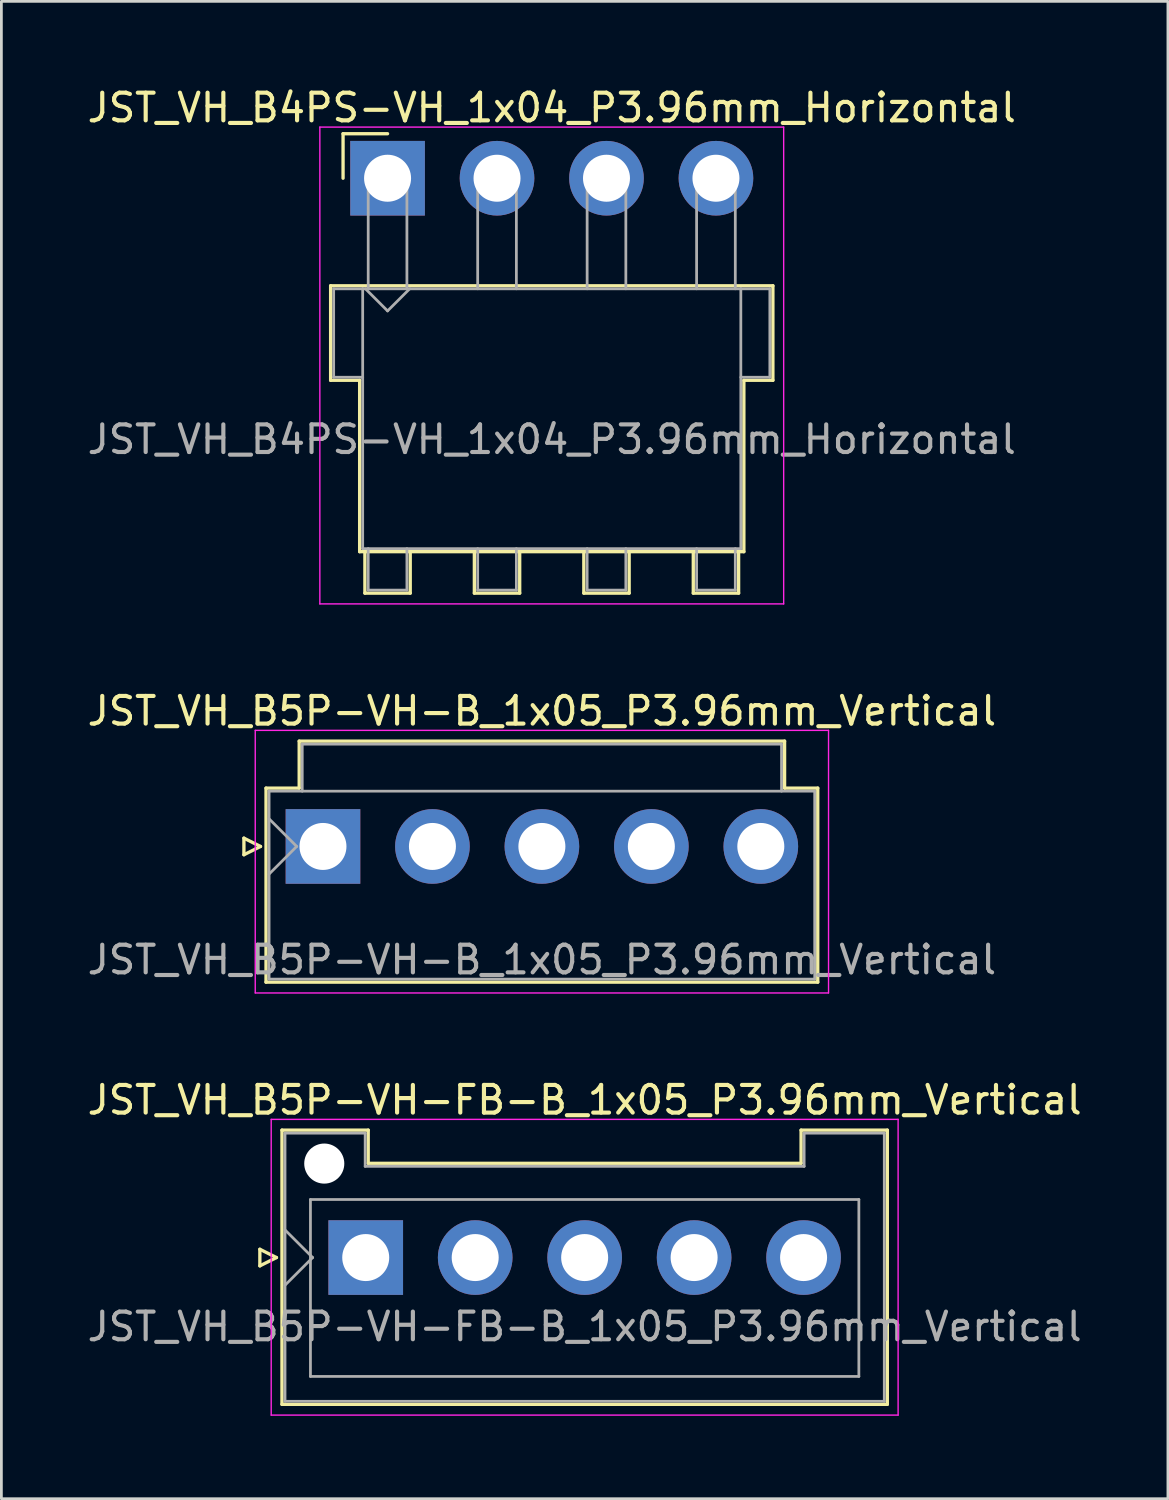
<source format=kicad_pcb>
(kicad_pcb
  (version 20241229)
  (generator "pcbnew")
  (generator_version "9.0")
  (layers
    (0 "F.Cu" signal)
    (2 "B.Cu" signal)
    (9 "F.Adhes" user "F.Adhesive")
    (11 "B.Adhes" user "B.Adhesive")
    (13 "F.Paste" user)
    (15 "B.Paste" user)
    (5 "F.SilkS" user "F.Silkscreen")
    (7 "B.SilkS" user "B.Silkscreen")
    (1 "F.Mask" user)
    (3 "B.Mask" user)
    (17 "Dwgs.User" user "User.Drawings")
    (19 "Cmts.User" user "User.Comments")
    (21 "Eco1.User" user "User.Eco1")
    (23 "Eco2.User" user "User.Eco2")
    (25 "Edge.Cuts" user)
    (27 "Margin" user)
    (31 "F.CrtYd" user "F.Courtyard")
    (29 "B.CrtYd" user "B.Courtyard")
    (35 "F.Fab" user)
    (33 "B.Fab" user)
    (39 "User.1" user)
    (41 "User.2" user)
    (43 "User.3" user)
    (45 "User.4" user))
  (footprint "JST_VH_B5P-VH-B_1x05_P3.96mm_Vertical"
    (layer "F.Cu")
    (at 8.634 27.572)
    (property "Reference" "JST_VH_B5P-VH-B_1x05_P3.96mm_Vertical" (at 7.92 -4.9 0) (layer "F.SilkS") (effects (font (size 1 1) (thickness 0.15))))
    (attr through_hole)
    (fp_line (start -2.86 -0.3) (end -2.26 0) (stroke (width 0.12) (type solid)) (layer "F.SilkS"))
    (fp_line (start -2.86 0.3) (end -2.86 -0.3) (stroke (width 0.12) (type solid)) (layer "F.SilkS"))
    (fp_line (start -2.26 0) (end -2.86 0.3) (stroke (width 0.12) (type solid)) (layer "F.SilkS"))
    (fp_line (start -2.06 -2.11) (end -0.86 -2.11) (stroke (width 0.12) (type solid)) (layer "F.SilkS"))
    (fp_line (start -2.06 4.91) (end -2.06 -2.11) (stroke (width 0.12) (type solid)) (layer "F.SilkS"))
    (fp_line (start -0.86 -3.81) (end 16.7 -3.81) (stroke (width 0.12) (type solid)) (layer "F.SilkS"))
    (fp_line (start -0.86 -2.11) (end -0.86 -3.81) (stroke (width 0.12) (type solid)) (layer "F.SilkS"))
    (fp_line (start 16.7 -3.81) (end 16.7 -2.11) (stroke (width 0.12) (type solid)) (layer "F.SilkS"))
    (fp_line (start 16.7 -2.11) (end 17.9 -2.11) (stroke (width 0.12) (type solid)) (layer "F.SilkS"))
    (fp_line (start 17.9 -2.11) (end 17.9 4.91) (stroke (width 0.12) (type solid)) (layer "F.SilkS"))
    (fp_line (start 17.9 4.91) (end -2.06 4.91) (stroke (width 0.12) (type solid)) (layer "F.SilkS"))
    (fp_line (start -2.45 -4.2) (end -2.45 5.3) (stroke (width 0.05) (type solid)) (layer "F.CrtYd"))
    (fp_line (start -2.45 5.3) (end 18.29 5.3) (stroke (width 0.05) (type solid)) (layer "F.CrtYd"))
    (fp_line (start 18.29 -4.2) (end -2.45 -4.2) (stroke (width 0.05) (type solid)) (layer "F.CrtYd"))
    (fp_line (start 18.29 5.3) (end 18.29 -4.2) (stroke (width 0.05) (type solid)) (layer "F.CrtYd"))
    (fp_line (start -1.95 -2) (end -1.95 4.8) (stroke (width 0.1) (type solid)) (layer "F.Fab"))
    (fp_line (start -1.95 -1) (end -0.95 0) (stroke (width 0.1) (type solid)) (layer "F.Fab"))
    (fp_line (start -1.95 1) (end -0.95 0) (stroke (width 0.1) (type solid)) (layer "F.Fab"))
    (fp_line (start -1.95 4.8) (end 17.79 4.8) (stroke (width 0.1) (type solid)) (layer "F.Fab"))
    (fp_line (start -0.75 -3.7) (end 16.59 -3.7) (stroke (width 0.1) (type solid)) (layer "F.Fab"))
    (fp_line (start -0.75 -2) (end -0.75 -3.7) (stroke (width 0.1) (type solid)) (layer "F.Fab"))
    (fp_line (start 16.59 -3.7) (end 16.59 -2) (stroke (width 0.1) (type solid)) (layer "F.Fab"))
    (fp_line (start 17.79 -2) (end -1.95 -2) (stroke (width 0.1) (type solid)) (layer "F.Fab"))
    (fp_line (start 17.79 4.8) (end 17.79 -2) (stroke (width 0.1) (type solid)) (layer "F.Fab"))
    (fp_text user "${REFERENCE}" (at 7.92 4.1 0) (layer "F.Fab") (effects (font (size 1 1) (thickness 0.15))))
    (pad "1" thru_hole rect (at 0 0) (size 2.7 2.7) (drill 1.7) (layers "*.Cu" "*.Mask"))
    (pad "2" thru_hole circle (at 3.96 0) (size 2.7 2.7) (drill 1.7) (layers "*.Cu" "*.Mask"))
    (pad "3" thru_hole circle (at 7.92 0) (size 2.7 2.7) (drill 1.7) (layers "*.Cu" "*.Mask"))
    (pad "4" thru_hole circle (at 11.88 0) (size 2.7 2.7) (drill 1.7) (layers "*.Cu" "*.Mask"))
    (pad "5" thru_hole circle (at 15.84 0) (size 2.7 2.7) (drill 1.7) (layers "*.Cu" "*.Mask")))
  (footprint "JST_VH_B4PS-VH_1x04_P3.96mm_Horizontal"
    (layer "F.Cu")
    (at 10.971 3.398)
    (property "Reference" "JST_VH_B4PS-VH_1x04_P3.96mm_Horizontal" (at 5.94 -2.55 0) (layer "F.SilkS") (effects (font (size 1 1) (thickness 0.15))))
    (attr through_hole)
    (fp_line (start -2.06 3.89) (end 13.94 3.89) (stroke (width 0.12) (type solid)) (layer "F.SilkS"))
    (fp_line (start -2.06 7.31) (end -2.06 3.89) (stroke (width 0.12) (type solid)) (layer "F.SilkS"))
    (fp_line (start -1.61 -1.61) (end -1.61 0) (stroke (width 0.12) (type solid)) (layer "F.SilkS"))
    (fp_line (start -1.01 7.31) (end -2.06 7.31) (stroke (width 0.12) (type solid)) (layer "F.SilkS"))
    (fp_line (start -1.01 13.51) (end -1.01 7.31) (stroke (width 0.12) (type solid)) (layer "F.SilkS"))
    (fp_line (start -0.82 13.51) (end -0.82 15.01) (stroke (width 0.12) (type solid)) (layer "F.SilkS"))
    (fp_line (start -0.82 15.01) (end 0.82 15.01) (stroke (width 0.12) (type solid)) (layer "F.SilkS"))
    (fp_line (start 0 -1.61) (end -1.61 -1.61) (stroke (width 0.12) (type solid)) (layer "F.SilkS"))
    (fp_line (start 0.82 15.01) (end 0.82 13.51) (stroke (width 0.12) (type solid)) (layer "F.SilkS"))
    (fp_line (start 3.14 13.51) (end 3.14 15.01) (stroke (width 0.12) (type solid)) (layer "F.SilkS"))
    (fp_line (start 3.14 15.01) (end 4.78 15.01) (stroke (width 0.12) (type solid)) (layer "F.SilkS"))
    (fp_line (start 4.78 15.01) (end 4.78 13.51) (stroke (width 0.12) (type solid)) (layer "F.SilkS"))
    (fp_line (start 7.1 13.51) (end 7.1 15.01) (stroke (width 0.12) (type solid)) (layer "F.SilkS"))
    (fp_line (start 7.1 15.01) (end 8.74 15.01) (stroke (width 0.12) (type solid)) (layer "F.SilkS"))
    (fp_line (start 8.74 15.01) (end 8.74 13.51) (stroke (width 0.12) (type solid)) (layer "F.SilkS"))
    (fp_line (start 11.06 13.51) (end 11.06 15.01) (stroke (width 0.12) (type solid)) (layer "F.SilkS"))
    (fp_line (start 11.06 15.01) (end 12.7 15.01) (stroke (width 0.12) (type solid)) (layer "F.SilkS"))
    (fp_line (start 12.7 15.01) (end 12.7 13.51) (stroke (width 0.12) (type solid)) (layer "F.SilkS"))
    (fp_line (start 12.89 7.31) (end 12.89 13.51) (stroke (width 0.12) (type solid)) (layer "F.SilkS"))
    (fp_line (start 12.89 13.51) (end -1.01 13.51) (stroke (width 0.12) (type solid)) (layer "F.SilkS"))
    (fp_line (start 13.94 3.89) (end 13.94 7.31) (stroke (width 0.12) (type solid)) (layer "F.SilkS"))
    (fp_line (start 13.94 7.31) (end 12.89 7.31) (stroke (width 0.12) (type solid)) (layer "F.SilkS"))
    (fp_line (start -2.45 -1.85) (end -2.45 15.4) (stroke (width 0.05) (type solid)) (layer "F.CrtYd"))
    (fp_line (start -2.45 15.4) (end 14.33 15.4) (stroke (width 0.05) (type solid)) (layer "F.CrtYd"))
    (fp_line (start 14.33 -1.85) (end -2.45 -1.85) (stroke (width 0.05) (type solid)) (layer "F.CrtYd"))
    (fp_line (start 14.33 15.4) (end 14.33 -1.85) (stroke (width 0.05) (type solid)) (layer "F.CrtYd"))
    (fp_line (start -1.95 4) (end -0.9 4) (stroke (width 0.1) (type solid)) (layer "F.Fab"))
    (fp_line (start -1.95 7.2) (end -1.95 4) (stroke (width 0.1) (type solid)) (layer "F.Fab"))
    (fp_line (start -0.9 4) (end -0.9 13.4) (stroke (width 0.1) (type solid)) (layer "F.Fab"))
    (fp_line (start -0.9 7.2) (end -1.95 7.2) (stroke (width 0.1) (type solid)) (layer "F.Fab"))
    (fp_line (start -0.9 13.4) (end 12.78 13.4) (stroke (width 0.1) (type solid)) (layer "F.Fab"))
    (fp_line (start -0.8 4) (end 0 4.8) (stroke (width 0.1) (type solid)) (layer "F.Fab"))
    (fp_line (start -0.7 0) (end 0.7 0) (stroke (width 0.1) (type solid)) (layer "F.Fab"))
    (fp_line (start -0.7 4) (end -0.7 0) (stroke (width 0.1) (type solid)) (layer "F.Fab"))
    (fp_line (start -0.7 13.4) (end -0.7 14.9) (stroke (width 0.1) (type solid)) (layer "F.Fab"))
    (fp_line (start -0.7 14.9) (end 0.7 14.9) (stroke (width 0.1) (type solid)) (layer "F.Fab"))
    (fp_line (start 0 4.8) (end 0.8 4) (stroke (width 0.1) (type solid)) (layer "F.Fab"))
    (fp_line (start 0.7 0) (end 0.7 4) (stroke (width 0.1) (type solid)) (layer "F.Fab"))
    (fp_line (start 0.7 14.9) (end 0.7 13.4) (stroke (width 0.1) (type solid)) (layer "F.Fab"))
    (fp_line (start 3.26 0) (end 4.66 0) (stroke (width 0.1) (type solid)) (layer "F.Fab"))
    (fp_line (start 3.26 4) (end 3.26 0) (stroke (width 0.1) (type solid)) (layer "F.Fab"))
    (fp_line (start 3.26 13.4) (end 3.26 14.9) (stroke (width 0.1) (type solid)) (layer "F.Fab"))
    (fp_line (start 3.26 14.9) (end 4.66 14.9) (stroke (width 0.1) (type solid)) (layer "F.Fab"))
    (fp_line (start 4.66 0) (end 4.66 4) (stroke (width 0.1) (type solid)) (layer "F.Fab"))
    (fp_line (start 4.66 14.9) (end 4.66 13.4) (stroke (width 0.1) (type solid)) (layer "F.Fab"))
    (fp_line (start 7.22 0) (end 8.62 0) (stroke (width 0.1) (type solid)) (layer "F.Fab"))
    (fp_line (start 7.22 4) (end 7.22 0) (stroke (width 0.1) (type solid)) (layer "F.Fab"))
    (fp_line (start 7.22 13.4) (end 7.22 14.9) (stroke (width 0.1) (type solid)) (layer "F.Fab"))
    (fp_line (start 7.22 14.9) (end 8.62 14.9) (stroke (width 0.1) (type solid)) (layer "F.Fab"))
    (fp_line (start 8.62 0) (end 8.62 4) (stroke (width 0.1) (type solid)) (layer "F.Fab"))
    (fp_line (start 8.62 14.9) (end 8.62 13.4) (stroke (width 0.1) (type solid)) (layer "F.Fab"))
    (fp_line (start 11.18 0) (end 12.58 0) (stroke (width 0.1) (type solid)) (layer "F.Fab"))
    (fp_line (start 11.18 4) (end 11.18 0) (stroke (width 0.1) (type solid)) (layer "F.Fab"))
    (fp_line (start 11.18 13.4) (end 11.18 14.9) (stroke (width 0.1) (type solid)) (layer "F.Fab"))
    (fp_line (start 11.18 14.9) (end 12.58 14.9) (stroke (width 0.1) (type solid)) (layer "F.Fab"))
    (fp_line (start 12.58 0) (end 12.58 4) (stroke (width 0.1) (type solid)) (layer "F.Fab"))
    (fp_line (start 12.58 14.9) (end 12.58 13.4) (stroke (width 0.1) (type solid)) (layer "F.Fab"))
    (fp_line (start 12.78 4) (end -0.9 4) (stroke (width 0.1) (type solid)) (layer "F.Fab"))
    (fp_line (start 12.78 4) (end 13.83 4) (stroke (width 0.1) (type solid)) (layer "F.Fab"))
    (fp_line (start 12.78 13.4) (end 12.78 4) (stroke (width 0.1) (type solid)) (layer "F.Fab"))
    (fp_line (start 13.83 4) (end 13.83 7.2) (stroke (width 0.1) (type solid)) (layer "F.Fab"))
    (fp_line (start 13.83 7.2) (end 12.78 7.2) (stroke (width 0.1) (type solid)) (layer "F.Fab"))
    (fp_text user "${REFERENCE}" (at 5.94 9.45 0) (layer "F.Fab") (effects (font (size 1 1) (thickness 0.15))))
    (pad "1" thru_hole rect (at 0 0) (size 2.7 2.7) (drill 1.7) (layers "*.Cu" "*.Mask"))
    (pad "2" thru_hole circle (at 3.96 0) (size 2.7 2.7) (drill 1.7) (layers "*.Cu" "*.Mask"))
    (pad "3" thru_hole circle (at 7.92 0) (size 2.7 2.7) (drill 1.7) (layers "*.Cu" "*.Mask"))
    (pad "4" thru_hole circle (at 11.88 0) (size 2.7 2.7) (drill 1.7) (layers "*.Cu" "*.Mask")))
  (footprint "JST_VH_B5P-VH-FB-B_1x05_P3.96mm_Vertical"
    (layer "F.Cu")
    (at 10.181 42.445)
    (property "Reference" "JST_VH_B5P-VH-FB-B_1x05_P3.96mm_Vertical" (at 7.92 -5.7 0) (layer "F.SilkS") (effects (font (size 1 1) (thickness 0.15))))
    (attr through_hole)
    (fp_line (start -3.83 -0.3) (end -3.23 0) (stroke (width 0.12) (type solid)) (layer "F.SilkS"))
    (fp_line (start -3.83 0.3) (end -3.83 -0.3) (stroke (width 0.12) (type solid)) (layer "F.SilkS"))
    (fp_line (start -3.23 0) (end -3.83 0.3) (stroke (width 0.12) (type solid)) (layer "F.SilkS"))
    (fp_line (start -3.03 -4.61) (end 0.09 -4.61) (stroke (width 0.12) (type solid)) (layer "F.SilkS"))
    (fp_line (start -3.03 5.31) (end -3.03 -4.61) (stroke (width 0.12) (type solid)) (layer "F.SilkS"))
    (fp_line (start 0.09 -4.61) (end 0.09 -3.41) (stroke (width 0.12) (type solid)) (layer "F.SilkS"))
    (fp_line (start 0.09 -3.41) (end 15.75 -3.41) (stroke (width 0.12) (type solid)) (layer "F.SilkS"))
    (fp_line (start 15.75 -4.61) (end 18.87 -4.61) (stroke (width 0.12) (type solid)) (layer "F.SilkS"))
    (fp_line (start 15.75 -3.41) (end 15.75 -4.61) (stroke (width 0.12) (type solid)) (layer "F.SilkS"))
    (fp_line (start 18.87 -4.61) (end 18.87 5.31) (stroke (width 0.12) (type solid)) (layer "F.SilkS"))
    (fp_line (start 18.87 5.31) (end -3.03 5.31) (stroke (width 0.12) (type solid)) (layer "F.SilkS"))
    (fp_line (start -3.42 -5) (end -3.42 5.7) (stroke (width 0.05) (type solid)) (layer "F.CrtYd"))
    (fp_line (start -3.42 5.7) (end 19.26 5.7) (stroke (width 0.05) (type solid)) (layer "F.CrtYd"))
    (fp_line (start 19.26 -5) (end -3.42 -5) (stroke (width 0.05) (type solid)) (layer "F.CrtYd"))
    (fp_line (start 19.26 5.7) (end 19.26 -5) (stroke (width 0.05) (type solid)) (layer "F.CrtYd"))
    (fp_line (start -2.92 -4.5) (end -0.02 -4.5) (stroke (width 0.1) (type solid)) (layer "F.Fab"))
    (fp_line (start -2.92 -1) (end -1.92 0) (stroke (width 0.1) (type solid)) (layer "F.Fab"))
    (fp_line (start -2.92 1) (end -1.92 0) (stroke (width 0.1) (type solid)) (layer "F.Fab"))
    (fp_line (start -2.92 5.2) (end -2.92 -4.5) (stroke (width 0.1) (type solid)) (layer "F.Fab"))
    (fp_line (start -2 -2.1) (end 17.84 -2.1) (stroke (width 0.1) (type solid)) (layer "F.Fab"))
    (fp_line (start -2 4.3) (end -2 -2.1) (stroke (width 0.1) (type solid)) (layer "F.Fab"))
    (fp_line (start -0.02 -4.5) (end -0.02 -3.3) (stroke (width 0.1) (type solid)) (layer "F.Fab"))
    (fp_line (start -0.02 -3.3) (end 15.86 -3.3) (stroke (width 0.1) (type solid)) (layer "F.Fab"))
    (fp_line (start 15.86 -4.5) (end 18.76 -4.5) (stroke (width 0.1) (type solid)) (layer "F.Fab"))
    (fp_line (start 15.86 -3.3) (end 15.86 -4.5) (stroke (width 0.1) (type solid)) (layer "F.Fab"))
    (fp_line (start 17.84 -2.1) (end 17.84 4.3) (stroke (width 0.1) (type solid)) (layer "F.Fab"))
    (fp_line (start 17.84 4.3) (end -2 4.3) (stroke (width 0.1) (type solid)) (layer "F.Fab"))
    (fp_line (start 18.76 -4.5) (end 18.76 5.2) (stroke (width 0.1) (type solid)) (layer "F.Fab"))
    (fp_line (start 18.76 5.2) (end -2.92 5.2) (stroke (width 0.1) (type solid)) (layer "F.Fab"))
    (fp_text user "${REFERENCE}" (at 7.92 2.5 0) (layer "F.Fab") (effects (font (size 1 1) (thickness 0.15))))
    (pad "" np_thru_hole circle (at -1.5 -3.4) (size 1.45 1.45) (drill 1.45) (layers "*.Cu" "*.Mask"))
    (pad "1" thru_hole rect (at 0 0) (size 2.7 2.7) (drill 1.7) (layers "*.Cu" "*.Mask"))
    (pad "2" thru_hole circle (at 3.96 0) (size 2.7 2.7) (drill 1.7) (layers "*.Cu" "*.Mask"))
    (pad "3" thru_hole circle (at 7.92 0) (size 2.7 2.7) (drill 1.7) (layers "*.Cu" "*.Mask"))
    (pad "4" thru_hole circle (at 11.88 0) (size 2.7 2.7) (drill 1.7) (layers "*.Cu" "*.Mask"))
    (pad "5" thru_hole circle (at 15.84 0) (size 2.7 2.7) (drill 1.7) (layers "*.Cu" "*.Mask")))
  (gr_rect
    (start -3 -3)
    (end 39.202 51.17)
    (stroke (width 0.1) (type default))
    (fill no)
    (layer "Edge.Cuts")))
</source>
